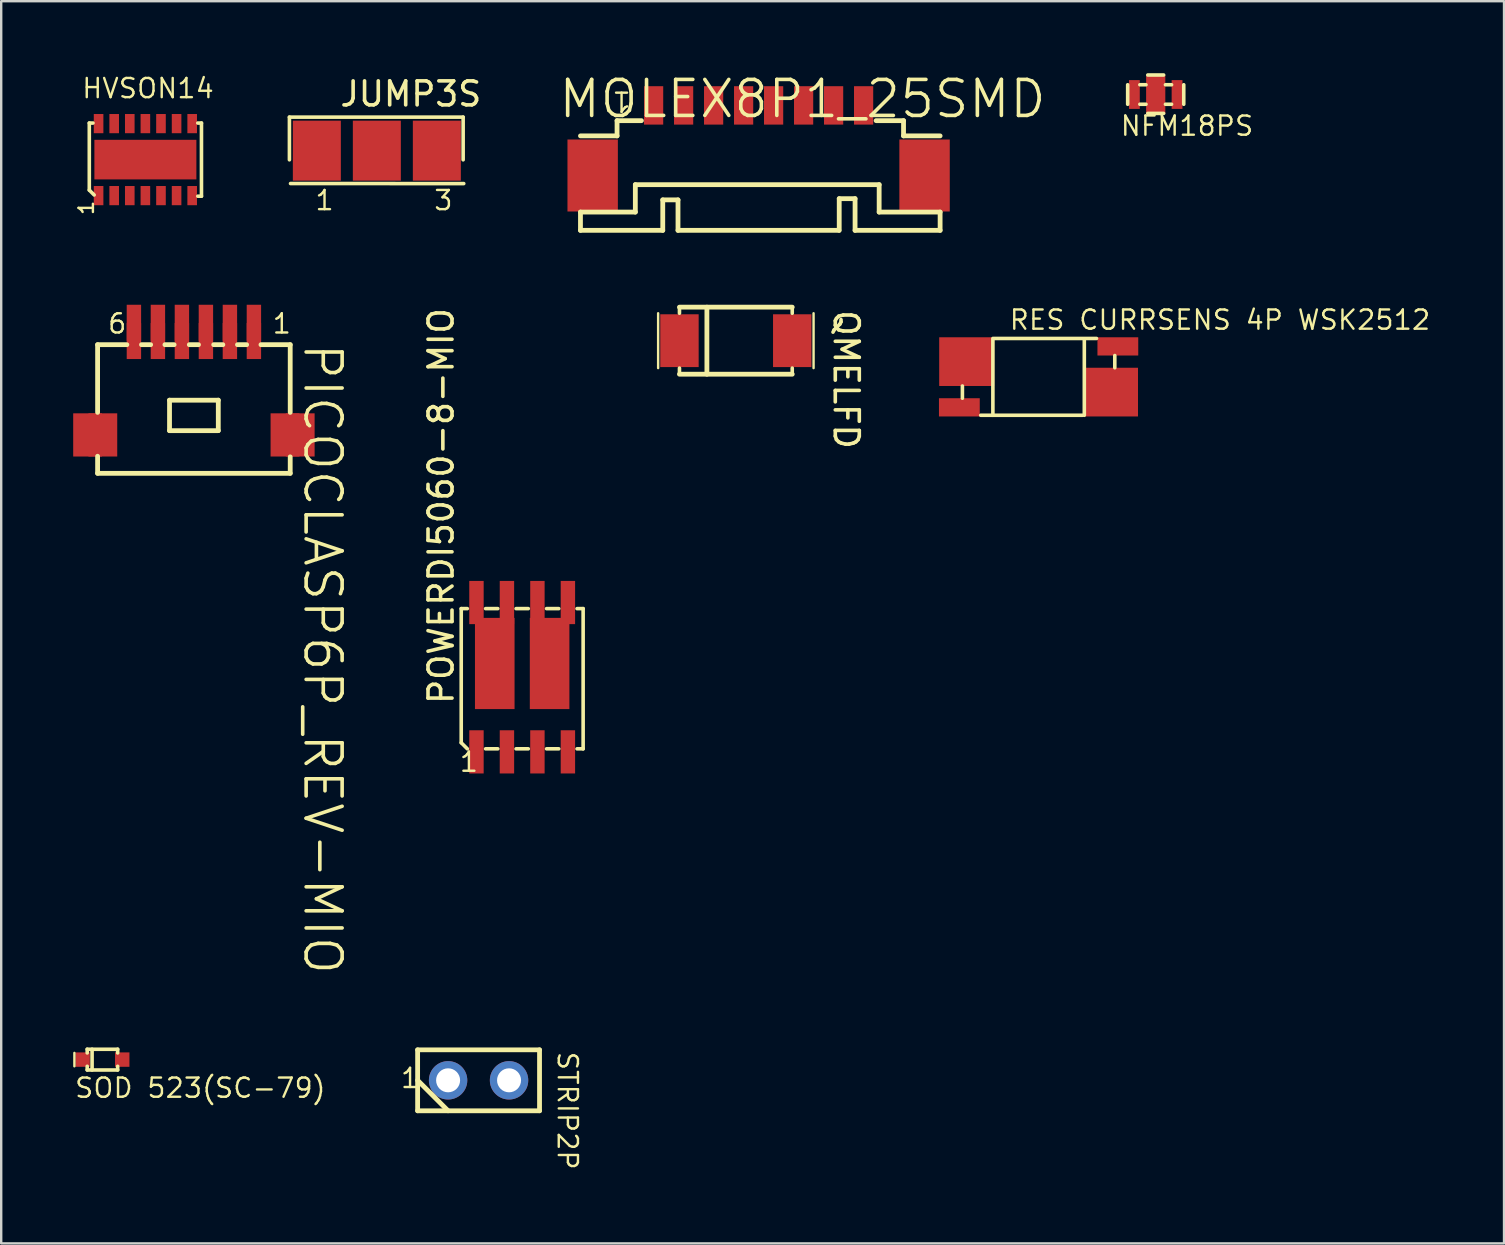
<source format=kicad_pcb>
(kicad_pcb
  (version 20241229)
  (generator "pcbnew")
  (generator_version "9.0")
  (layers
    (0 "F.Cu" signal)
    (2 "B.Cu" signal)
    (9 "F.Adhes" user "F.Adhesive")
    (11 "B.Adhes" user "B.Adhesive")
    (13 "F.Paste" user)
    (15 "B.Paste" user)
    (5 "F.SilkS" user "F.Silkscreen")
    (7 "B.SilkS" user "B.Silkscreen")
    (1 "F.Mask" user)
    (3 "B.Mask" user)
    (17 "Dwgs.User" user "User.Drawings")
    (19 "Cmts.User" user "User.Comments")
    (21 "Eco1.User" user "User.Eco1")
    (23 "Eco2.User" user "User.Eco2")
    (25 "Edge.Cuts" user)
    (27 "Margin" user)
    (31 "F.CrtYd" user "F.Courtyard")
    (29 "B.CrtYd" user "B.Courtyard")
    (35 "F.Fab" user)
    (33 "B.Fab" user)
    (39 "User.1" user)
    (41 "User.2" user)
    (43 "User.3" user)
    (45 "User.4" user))
  (footprint "SOD 523(SC-79)"
    (layer "F.Cu")
    (at 0.393 41.103)
    (property "Reference" "SOD 523(SC-79)" (at -0.381 1.651 0) (unlocked yes) (layer "F.SilkS") (effects (font (size 0.8 0.8) (thickness 0.1)) (justify left bottom)))
    (fp_line (start -0.343 -0.279) (end -0.343 0.279) (stroke (width 0.1) (type solid)) (layer "F.SilkS"))
    (fp_line (start 0.191 -0.432) (end 0.191 -0.279) (stroke (width 0.15) (type solid)) (layer "F.SilkS"))
    (fp_line (start 0.191 -0.432) (end 1.46 -0.432) (stroke (width 0.15) (type solid)) (layer "F.SilkS"))
    (fp_line (start 0.191 0.279) (end 0.191 0.432) (stroke (width 0.15) (type solid)) (layer "F.SilkS"))
    (fp_line (start 0.191 0.432) (end 1.46 0.432) (stroke (width 0.15) (type solid)) (layer "F.SilkS"))
    (fp_line (start 0.394 -0.432) (end 0.394 0.432) (stroke (width 0.15) (type solid)) (layer "F.SilkS"))
    (fp_line (start 1.46 -0.432) (end 1.46 -0.279) (stroke (width 0.15) (type solid)) (layer "F.SilkS"))
    (fp_line (start 1.46 0.279) (end 1.46 0.432) (stroke (width 0.15) (type solid)) (layer "F.SilkS"))
    (pad "1" smd rect (at 0 0) (size 0.6 0.6) (layers "F.Cu" "F.Mask" "F.Paste"))
    (pad "2" smd rect (at 1.651 0) (size 0.6 0.6) (layers "F.Cu" "F.Mask" "F.Paste")))
  (footprint "HVSON14"
    (layer "F.Cu")
    (at 1.058 5.101)
    (property "Reference" "HVSON14" (at -0.749 -4 0) (unlocked yes) (layer "F.SilkS") (effects (font (size 0.8 0.8) (thickness 0.1)) (justify left bottom)))
    (fp_line (start -0.387 -3.024) (end -0.234 -3.024) (stroke (width 0.15) (type solid)) (layer "F.SilkS"))
    (fp_line (start -0.387 -0.23) (end -0.387 -3.024) (stroke (width 0.15) (type solid)) (layer "F.SilkS"))
    (fp_line (start -0.387 -0.23) (end -0.184 -0.027) (stroke (width 0.15) (type solid)) (layer "F.SilkS"))
    (fp_line (start 4.134 -3.024) (end 4.287 -3.024) (stroke (width 0.15) (type solid)) (layer "F.SilkS"))
    (fp_line (start 4.134 0.024) (end 4.287 0.024) (stroke (width 0.15) (type solid)) (layer "F.SilkS"))
    (fp_line (start 4.287 0.024) (end 4.287 -3.024) (stroke (width 0.15) (type solid)) (layer "F.SilkS"))
    (fp_text user "1" (at -0.158 0.862 90) (unlocked yes) (layer "F.SilkS") (effects (font (size 0.6 0.6) (thickness 0.1)) (justify left bottom)))
    (pad "1" smd rect (at 0 0 180) (size 0.4 0.8) (layers "F.Cu" "F.Mask" "F.Paste"))
    (pad "2" smd rect (at 0.65 0 180) (size 0.4 0.8) (layers "F.Cu" "F.Mask" "F.Paste"))
    (pad "3" smd rect (at 1.3 0 180) (size 0.4 0.8) (layers "F.Cu" "F.Mask" "F.Paste"))
    (pad "4" smd rect (at 1.95 0 180) (size 0.4 0.8) (layers "F.Cu" "F.Mask" "F.Paste"))
    (pad "5" smd rect (at 2.6 0 180) (size 0.4 0.8) (layers "F.Cu" "F.Mask" "F.Paste"))
    (pad "6" smd rect (at 3.25 0 180) (size 0.4 0.8) (layers "F.Cu" "F.Mask" "F.Paste"))
    (pad "7" smd rect (at 3.9 0 180) (size 0.4 0.8) (layers "F.Cu" "F.Mask" "F.Paste"))
    (pad "8" smd rect (at 3.9 -3 180) (size 0.4 0.8) (layers "F.Cu" "F.Mask" "F.Paste"))
    (pad "9" smd rect (at 3.25 -3 180) (size 0.4 0.8) (layers "F.Cu" "F.Mask" "F.Paste"))
    (pad "10" smd rect (at 2.6 -3 180) (size 0.4 0.8) (layers "F.Cu" "F.Mask" "F.Paste"))
    (pad "11" smd rect (at 1.95 -3 180) (size 0.4 0.8) (layers "F.Cu" "F.Mask" "F.Paste"))
    (pad "12" smd rect (at 1.3 -3 180) (size 0.4 0.8) (layers "F.Cu" "F.Mask" "F.Paste"))
    (pad "13" smd rect (at 0.65 -3 180) (size 0.4 0.8) (layers "F.Cu" "F.Mask" "F.Paste"))
    (pad "14" smd rect (at 0 -3 180) (size 0.4 0.8) (layers "F.Cu" "F.Mask" "F.Paste"))
    (pad "15" smd rect (at 1.95 -1.5 180) (size 4.25 1.65) (layers "F.Cu" "F.Mask" "F.Paste")))
  (footprint "JUMP3S"
    (layer "F.Cu")
    (at 10.153 3.228)
    (property "Reference" "JUMP3S" (at 0.889 -1.778 0) (unlocked yes) (layer "F.SilkS") (effects (font (size 1 1) (thickness 0.15)) (justify left bottom)))
    (fp_line (start -1.143 -1.397) (end 6.096 -1.397) (stroke (width 0.15) (type solid)) (layer "F.SilkS"))
    (fp_line (start -1.143 0.381) (end -1.143 -1.397) (stroke (width 0.15) (type solid)) (layer "F.SilkS"))
    (fp_line (start -1.097 1.37) (end 6.121 1.372) (stroke (width 0.15) (type solid)) (layer "F.SilkS"))
    (fp_line (start 6.096 0.381) (end 6.096 -1.397) (stroke (width 0.15) (type solid)) (layer "F.SilkS"))
    (fp_text user "1" (at -0.127 2.54 0) (unlocked yes) (layer "F.SilkS") (effects (font (size 0.8 0.8) (thickness 0.1)) (justify left bottom)))
    (fp_text user "3" (at 4.826 2.54 0) (unlocked yes) (layer "F.SilkS") (effects (font (size 0.8 0.8) (thickness 0.1)) (justify left bottom)))
    (pad "1" smd rect (at 0 0) (size 2 2.5) (layers "F.Cu" "F.Mask" "F.Paste"))
    (pad "2" smd rect (at 2.5 0) (size 2 2.5) (layers "F.Cu" "F.Mask" "F.Paste"))
    (pad "3" smd rect (at 5 0) (size 2 2.5) (layers "F.Cu" "F.Mask" "F.Paste")))
  (footprint "QMELFD"
    (layer "F.Cu")
    (at 25.263 11.146)
    (property "Reference" "QMELFD" (at 6.363 -1.359 270) (unlocked yes) (layer "F.SilkS") (effects (font (size 1 1) (thickness 0.15)) (justify left bottom)))
    (fp_line (start -0.889 -1.143) (end -0.889 1.143) (stroke (width 0.1) (type solid)) (layer "F.SilkS"))
    (fp_line (start 0 -1.397) (end 0 -1.143) (stroke (width 0.15) (type solid)) (layer "F.SilkS"))
    (fp_line (start 0 1.143) (end 0 1.397) (stroke (width 0.15) (type solid)) (layer "F.SilkS"))
    (fp_line (start 0.508 1.397) (end 0.381 1.397) (stroke (width 0.15) (type solid)) (layer "F.SilkS"))
    (fp_line (start 1.143 -1.397) (end 1.143 1.397) (stroke (width 0.2) (type solid)) (layer "F.SilkS"))
    (fp_line (start 4.699 -1.397) (end 0 -1.397) (stroke (width 0.2) (type solid)) (layer "F.SilkS"))
    (fp_line (start 4.699 -1.397) (end 4.699 -1.143) (stroke (width 0.15) (type solid)) (layer "F.SilkS"))
    (fp_line (start 4.699 1.397) (end 0 1.397) (stroke (width 0.2) (type solid)) (layer "F.SilkS"))
    (fp_line (start 4.699 1.397) (end 4.699 1.143) (stroke (width 0.15) (type solid)) (layer "F.SilkS"))
    (fp_line (start 5.588 -1.143) (end 5.588 1.143) (stroke (width 0.1) (type solid)) (layer "F.SilkS"))
    (pad "1" smd rect (at 0 0) (size 1.6 2.2) (layers "F.Cu" "F.Mask" "F.Paste"))
    (pad "2" smd rect (at 4.699 0) (size 1.6 2.2) (layers "F.Cu" "F.Mask" "F.Paste")))
  (footprint "POWERDI5060-8-MIO"
    (layer "F.Cu")
    (at 16.804 28.28)
    (property "Reference" "POWERDI5060-8-MIO" (at -0.889 -1.905 90) (unlocked yes) (layer "F.SilkS") (effects (font (size 1 1) (thickness 0.15)) (justify left bottom)))
    (fp_line (start -0.635 -5.969) (end -0.381 -5.969) (stroke (width 0.15) (type solid)) (layer "F.SilkS"))
    (fp_line (start -0.635 -0.381) (end -0.635 -5.969) (stroke (width 0.15) (type solid)) (layer "F.SilkS"))
    (fp_line (start -0.635 -0.381) (end -0.381 -0.127) (stroke (width 0.15) (type solid)) (layer "F.SilkS"))
    (fp_line (start 0.381 -5.969) (end 0.889 -5.969) (stroke (width 0.15) (type solid)) (layer "F.SilkS"))
    (fp_line (start 0.381 -0.127) (end 0.889 -0.127) (stroke (width 0.15) (type solid)) (layer "F.SilkS"))
    (fp_line (start 1.651 -5.969) (end 2.159 -5.969) (stroke (width 0.15) (type solid)) (layer "F.SilkS"))
    (fp_line (start 1.651 -0.127) (end 2.159 -0.127) (stroke (width 0.15) (type solid)) (layer "F.SilkS"))
    (fp_line (start 2.921 -5.969) (end 3.429 -5.969) (stroke (width 0.15) (type solid)) (layer "F.SilkS"))
    (fp_line (start 2.921 -0.127) (end 3.429 -0.127) (stroke (width 0.15) (type solid)) (layer "F.SilkS"))
    (fp_line (start 4.191 -5.969) (end 4.445 -5.969) (stroke (width 0.15) (type solid)) (layer "F.SilkS"))
    (fp_line (start 4.191 -0.127) (end 4.445 -0.127) (stroke (width 0.15) (type solid)) (layer "F.SilkS"))
    (fp_line (start 4.445 -0.127) (end 4.445 -5.969) (stroke (width 0.15) (type solid)) (layer "F.SilkS"))
    (fp_text user "1" (at -0.762 0.889 0) (unlocked yes) (layer "F.SilkS") (effects (font (size 0.8 0.8) (thickness 0.1)) (justify left bottom)))
    (pad "D1" smd rect (at 0 -6.223 90) (size 1.8 0.6) (layers "F.Cu" "F.Mask" "F.Paste"))
    (pad "D1" smd rect (at 0.762 -3.683) (size 1.65 3.8) (layers "F.Cu" "F.Mask" "F.Paste"))
    (pad "D1" smd rect (at 1.27 -6.223 90) (size 1.8 0.6) (layers "F.Cu" "F.Mask" "F.Paste"))
    (pad "D2" smd rect (at 2.54 -6.223 90) (size 1.8 0.6) (layers "F.Cu" "F.Mask" "F.Paste"))
    (pad "D2" smd rect (at 3.048 -3.683) (size 1.65 3.8) (layers "F.Cu" "F.Mask" "F.Paste"))
    (pad "D2" smd rect (at 3.81 -6.223 90) (size 1.8 0.6) (layers "F.Cu" "F.Mask" "F.Paste"))
    (pad "G1" smd rect (at 1.27 0 90) (size 1.8 0.6) (layers "F.Cu" "F.Mask" "F.Paste"))
    (pad "G2" smd rect (at 3.81 0 90) (size 1.8 0.6) (layers "F.Cu" "F.Mask" "F.Paste"))
    (pad "S1" smd rect (at 0 0 90) (size 1.8 0.6) (layers "F.Cu" "F.Mask" "F.Paste"))
    (pad "S2" smd rect (at 2.54 0 90) (size 1.8 0.6) (layers "F.Cu" "F.Mask" "F.Paste")))
  (footprint "PICOCLASP6P_REV-MIO"
    (layer "F.Cu")
    (at 7.53 11.161)
    (property "Reference" "PICOCLASP6P_REV-MIO" (at 1.985 0 270) (unlocked yes) (layer "F.SilkS") (effects (font (size 1.5 1.5) (thickness 0.15)) (justify left bottom)))
    (fp_line (start -6.513 0.152) (end -6.513 2.972) (stroke (width 0.2) (type solid)) (layer "F.SilkS"))
    (fp_line (start -6.513 0.152) (end -5.294 0.152) (stroke (width 0.2) (type solid)) (layer "F.SilkS"))
    (fp_line (start -6.513 4.801) (end -6.513 5.512) (stroke (width 0.2) (type solid)) (layer "F.SilkS"))
    (fp_line (start -6.513 5.512) (end 1.513 5.512) (stroke (width 0.2) (type solid)) (layer "F.SilkS"))
    (fp_line (start -4.684 0.152) (end -4.303 0.152) (stroke (width 0.2) (type solid)) (layer "F.SilkS"))
    (fp_line (start -3.707 0.152) (end -3.325 0.152) (stroke (width 0.2) (type solid)) (layer "F.SilkS"))
    (fp_line (start -3.516 2.464) (end -3.516 3.734) (stroke (width 0.2) (type solid)) (layer "F.SilkS"))
    (fp_line (start -3.516 2.464) (end -1.484 2.464) (stroke (width 0.2) (type solid)) (layer "F.SilkS"))
    (fp_line (start -3.516 3.734) (end -1.484 3.734) (stroke (width 0.2) (type solid)) (layer "F.SilkS"))
    (fp_line (start -2.691 0.152) (end -2.309 0.152) (stroke (width 0.2) (type solid)) (layer "F.SilkS"))
    (fp_line (start -1.675 0.152) (end -1.294 0.152) (stroke (width 0.2) (type solid)) (layer "F.SilkS"))
    (fp_line (start -1.484 2.464) (end -1.484 3.734) (stroke (width 0.2) (type solid)) (layer "F.SilkS"))
    (fp_line (start -0.684 0.152) (end -0.303 0.152) (stroke (width 0.2) (type solid)) (layer "F.SilkS"))
    (fp_line (start 0.294 0.152) (end 1.513 0.152) (stroke (width 0.2) (type solid)) (layer "F.SilkS"))
    (fp_line (start 1.513 0.152) (end 1.513 2.972) (stroke (width 0.2) (type solid)) (layer "F.SilkS"))
    (fp_line (start 1.513 4.826) (end 1.513 5.512) (stroke (width 0.2) (type solid)) (layer "F.SilkS"))
    (fp_text user "6" (at -6.143 -0.254 0) (unlocked yes) (layer "F.SilkS") (effects (font (size 0.8 0.8) (thickness 0.1)) (justify left bottom)))
    (fp_text user "1" (at 0.715 -0.254 0) (unlocked yes) (layer "F.SilkS") (effects (font (size 0.8 0.8) (thickness 0.1)) (justify left bottom)))
    (pad "0" smd rect (at -6.93 3.912) (size 1.2 1.8) (layers "F.Cu" "F.Mask" "F.Paste"))
    (pad "0" smd rect (at -6.295 3.912) (size 1.2 1.8) (layers "F.Cu" "F.Mask" "F.Paste"))
    (pad "0" smd rect (at 1.295 3.912) (size 1.2 1.8) (layers "F.Cu" "F.Mask" "F.Paste"))
    (pad "0" smd rect (at 1.93 3.912) (size 1.2 1.8) (layers "F.Cu" "F.Mask" "F.Paste"))
    (pad "1" smd rect (at 0 -0.762) (size 0.6 1.5) (layers "F.Cu" "F.Mask" "F.Paste"))
    (pad "1" smd rect (at 0 0) (size 0.6 1.5) (layers "F.Cu" "F.Mask" "F.Paste"))
    (pad "2" smd rect (at -1 -0.762) (size 0.6 1.5) (layers "F.Cu" "F.Mask" "F.Paste"))
    (pad "2" smd rect (at -1 0) (size 0.6 1.5) (layers "F.Cu" "F.Mask" "F.Paste"))
    (pad "3" smd rect (at -2 -0.762) (size 0.6 1.5) (layers "F.Cu" "F.Mask" "F.Paste"))
    (pad "3" smd rect (at -2 0) (size 0.6 1.5) (layers "F.Cu" "F.Mask" "F.Paste"))
    (pad "4" smd rect (at -3 -0.762) (size 0.6 1.5) (layers "F.Cu" "F.Mask" "F.Paste"))
    (pad "4" smd rect (at -3 0) (size 0.6 1.5) (layers "F.Cu" "F.Mask" "F.Paste"))
    (pad "5" smd rect (at -4 -0.762) (size 0.6 1.5) (layers "F.Cu" "F.Mask" "F.Paste"))
    (pad "5" smd rect (at -4 0) (size 0.6 1.5) (layers "F.Cu" "F.Mask" "F.Paste"))
    (pad "6" smd rect (at -5 -0.762) (size 0.6 1.5) (layers "F.Cu" "F.Mask" "F.Paste"))
    (pad "6" smd rect (at -5 0) (size 0.6 1.5) (layers "F.Cu" "F.Mask" "F.Paste")))
  (footprint "MOLEX8P1_25SMD"
    (layer "F.Cu")
    (at 24.186 1.342)
    (property "Reference" "MOLEX8P1_25SMD" (at -4.037 0.608 0) (unlocked yes) (layer "F.SilkS") (effects (font (size 1.5 1.5) (thickness 0.15)) (justify left bottom)))
    (fp_line (start -3.048 1.27) (end -1.524 1.27) (stroke (width 0.2) (type solid)) (layer "F.SilkS"))
    (fp_line (start -3.048 4.445) (end -0.762 4.445) (stroke (width 0.2) (type solid)) (layer "F.SilkS"))
    (fp_line (start -3.048 5.207) (end -3.048 4.445) (stroke (width 0.2) (type solid)) (layer "F.SilkS"))
    (fp_line (start -3.048 5.207) (end 0.381 5.207) (stroke (width 0.2) (type solid)) (layer "F.SilkS"))
    (fp_line (start -1.524 0.635) (end -0.508 0.635) (stroke (width 0.2) (type solid)) (layer "F.SilkS"))
    (fp_line (start -1.524 1.27) (end -1.524 0.635) (stroke (width 0.2) (type solid)) (layer "F.SilkS"))
    (fp_line (start -0.762 3.302) (end 9.398 3.302) (stroke (width 0.2) (type solid)) (layer "F.SilkS"))
    (fp_line (start -0.762 4.445) (end -0.762 3.302) (stroke (width 0.2) (type solid)) (layer "F.SilkS"))
    (fp_line (start 0.381 3.937) (end 1.016 3.937) (stroke (width 0.2) (type solid)) (layer "F.SilkS"))
    (fp_line (start 0.381 5.207) (end 0.381 3.937) (stroke (width 0.2) (type solid)) (layer "F.SilkS"))
    (fp_line (start 1.016 3.937) (end 1.016 5.207) (stroke (width 0.2) (type solid)) (layer "F.SilkS"))
    (fp_line (start 1.016 5.207) (end 7.722 5.207) (stroke (width 0.2) (type solid)) (layer "F.SilkS"))
    (fp_line (start 7.734 3.886) (end 7.734 5.207) (stroke (width 0.2) (type solid)) (layer "F.SilkS"))
    (fp_line (start 7.734 3.886) (end 8.394 3.886) (stroke (width 0.2) (type solid)) (layer "F.SilkS"))
    (fp_line (start 8.394 5.207) (end 8.394 3.886) (stroke (width 0.2) (type solid)) (layer "F.SilkS"))
    (fp_line (start 8.394 5.207) (end 11.938 5.207) (stroke (width 0.2) (type solid)) (layer "F.SilkS"))
    (fp_line (start 9.271 0.635) (end 10.414 0.635) (stroke (width 0.2) (type solid)) (layer "F.SilkS"))
    (fp_line (start 9.398 4.445) (end 9.398 3.302) (stroke (width 0.2) (type solid)) (layer "F.SilkS"))
    (fp_line (start 9.398 4.445) (end 11.938 4.445) (stroke (width 0.2) (type solid)) (layer "F.SilkS"))
    (fp_line (start 10.414 1.27) (end 10.414 0.635) (stroke (width 0.2) (type solid)) (layer "F.SilkS"))
    (fp_line (start 10.414 1.27) (end 11.938 1.27) (stroke (width 0.2) (type solid)) (layer "F.SilkS"))
    (fp_line (start 11.938 4.445) (end 11.938 5.207) (stroke (width 0.2) (type solid)) (layer "F.SilkS"))
    (fp_text user "1" (at -0.889 -0.635 180) (unlocked yes) (layer "F.SilkS") (effects (font (size 0.8 0.8) (thickness 0.1)) (justify left bottom)))
    (pad "" smd rect (at -2.54 2.921) (size 2.1 3) (layers "F.Cu" "F.Mask" "F.Paste"))
    (pad "" smd rect (at 11.29 2.921) (size 2.1 3) (layers "F.Cu" "F.Mask" "F.Paste"))
    (pad "1" smd rect (at 0 0) (size 0.8 1.6) (layers "F.Cu" "F.Mask" "F.Paste"))
    (pad "2" smd rect (at 1.25 0) (size 0.8 1.6) (layers "F.Cu" "F.Mask" "F.Paste"))
    (pad "3" smd rect (at 2.5 0) (size 0.8 1.6) (layers "F.Cu" "F.Mask" "F.Paste"))
    (pad "4" smd rect (at 3.75 0) (size 0.8 1.6) (layers "F.Cu" "F.Mask" "F.Paste"))
    (pad "5" smd rect (at 5 0) (size 0.8 1.6) (layers "F.Cu" "F.Mask" "F.Paste"))
    (pad "6" smd rect (at 6.25 0) (size 0.8 1.6) (layers "F.Cu" "F.Mask" "F.Paste"))
    (pad "7" smd rect (at 7.5 0) (size 0.8 1.6) (layers "F.Cu" "F.Mask" "F.Paste"))
    (pad "8" smd rect (at 8.75 0) (size 0.8 1.6) (layers "F.Cu" "F.Mask" "F.Paste")))
  (footprint "RES CURRSENS 4P WSK2512"
    (layer "F.Cu")
    (at 40.228 12.654)
    (property "Reference" "RES CURRSENS 4P WSK2512" (at -1.27 -1.905 0) (unlocked yes) (layer "F.SilkS") (effects (font (size 0.8 0.8) (thickness 0.1)) (justify left bottom)))
    (fp_line (start -3.175 0.381) (end -3.175 0.889) (stroke (width 0.15) (type solid)) (layer "F.SilkS"))
    (fp_line (start -1.905 -1.6) (end -1.905 1.6) (stroke (width 0.15) (type solid)) (layer "F.SilkS"))
    (fp_line (start -1.854 -1.6) (end 2.413 -1.6) (stroke (width 0.15) (type solid)) (layer "F.SilkS"))
    (fp_line (start 1.829 1.6) (end -2.413 1.6) (stroke (width 0.15) (type solid)) (layer "F.SilkS"))
    (fp_line (start 1.905 -1.524) (end 1.905 1.6) (stroke (width 0.15) (type solid)) (layer "F.SilkS"))
    (fp_line (start 3.175 -0.889) (end 3.175 -0.381) (stroke (width 0.15) (type solid)) (layer "F.SilkS"))
    (pad "E1" smd rect (at 3.302 -1.27) (size 1.7 0.76) (layers "F.Cu" "F.Mask" "F.Paste"))
    (pad "E2" smd rect (at -3.302 1.27) (size 1.7 0.76) (layers "F.Cu" "F.Mask" "F.Paste"))
    (pad "I1" smd rect (at 2.997 0.635) (size 2.29 2.03) (layers "F.Cu" "F.Mask" "F.Paste"))
    (pad "I2" smd rect (at -2.997 -0.635) (size 2.29 2.03) (layers "F.Cu" "F.Mask" "F.Paste")))
  (footprint "STRIP2P"
    (layer "F.Cu")
    (at 15.622 41.966)
    (property "Reference" "STRIP2P" (at 4.508 -1.257 270) (unlocked yes) (layer "F.SilkS") (effects (font (size 0.8 0.8) (thickness 0.1)) (justify left bottom)))
    (fp_line (start -1.27 -1.27) (end -1.27 1.27) (stroke (width 0.2) (type solid)) (layer "F.SilkS"))
    (fp_line (start -1.27 -1.27) (end 3.81 -1.27) (stroke (width 0.2) (type solid)) (layer "F.SilkS"))
    (fp_line (start -1.27 0) (end 0 1.27) (stroke (width 0.2) (type solid)) (layer "F.SilkS"))
    (fp_line (start 3.81 -1.27) (end 3.81 1.27) (stroke (width 0.2) (type solid)) (layer "F.SilkS"))
    (fp_line (start 3.81 1.27) (end -1.27 1.27) (stroke (width 0.2) (type solid)) (layer "F.SilkS"))
    (fp_text user "1" (at -2.032 0.381 0) (unlocked yes) (layer "F.SilkS") (effects (font (size 0.8 0.8) (thickness 0.1)) (justify left bottom)))
    (pad "1" thru_hole circle (at 0 0) (size 1.6 1.6) (drill 1) (layers "*.Cu" "*.Mask"))
    (pad "2" thru_hole circle (at 2.54 0) (size 1.6 1.6) (drill 1) (layers "*.Cu" "*.Mask")))
  (footprint "NFM18PS"
    (layer "F.Cu")
    (at 44.219 0.888)
    (property "Reference" "NFM18PS" (at -0.635 1.778 0) (unlocked yes) (layer "F.SilkS") (effects (font (size 0.8 0.8) (thickness 0.1)) (justify left bottom)))
    (fp_line (start -0.279 -0.406) (end -0.279 0.406) (stroke (width 0.15) (type solid)) (layer "F.SilkS"))
    (fp_line (start 0.229 -0.406) (end 0.483 -0.406) (stroke (width 0.15) (type solid)) (layer "F.SilkS"))
    (fp_line (start 0.229 0.406) (end 0.483 0.406) (stroke (width 0.15) (type solid)) (layer "F.SilkS"))
    (fp_line (start 0.559 -0.813) (end 1.219 -0.813) (stroke (width 0.15) (type solid)) (layer "F.SilkS"))
    (fp_line (start 0.559 0.787) (end 1.219 0.787) (stroke (width 0.15) (type solid)) (layer "F.SilkS"))
    (fp_line (start 1.295 -0.406) (end 1.549 -0.406) (stroke (width 0.15) (type solid)) (layer "F.SilkS"))
    (fp_line (start 1.295 0.406) (end 1.549 0.406) (stroke (width 0.15) (type solid)) (layer "F.SilkS"))
    (fp_line (start 2.057 -0.406) (end 2.057 0.406) (stroke (width 0.15) (type solid)) (layer "F.SilkS"))
    (pad "1" smd rect (at 0 0) (size 0.45 1.2) (layers "F.Cu" "F.Mask" "F.Paste"))
    (pad "2" smd rect (at 1.778 0) (size 0.45 1.2) (layers "F.Cu" "F.Mask" "F.Paste"))
    (pad "3" smd rect (at 0.889 0) (size 0.8 1.6) (layers "F.Cu" "F.Mask" "F.Paste")))
  (gr_rect
    (start -3 -3)
    (end 59.622 48.763)
    (stroke (width 0.1) (type default))
    (fill no)
    (layer "Edge.Cuts")))
</source>
